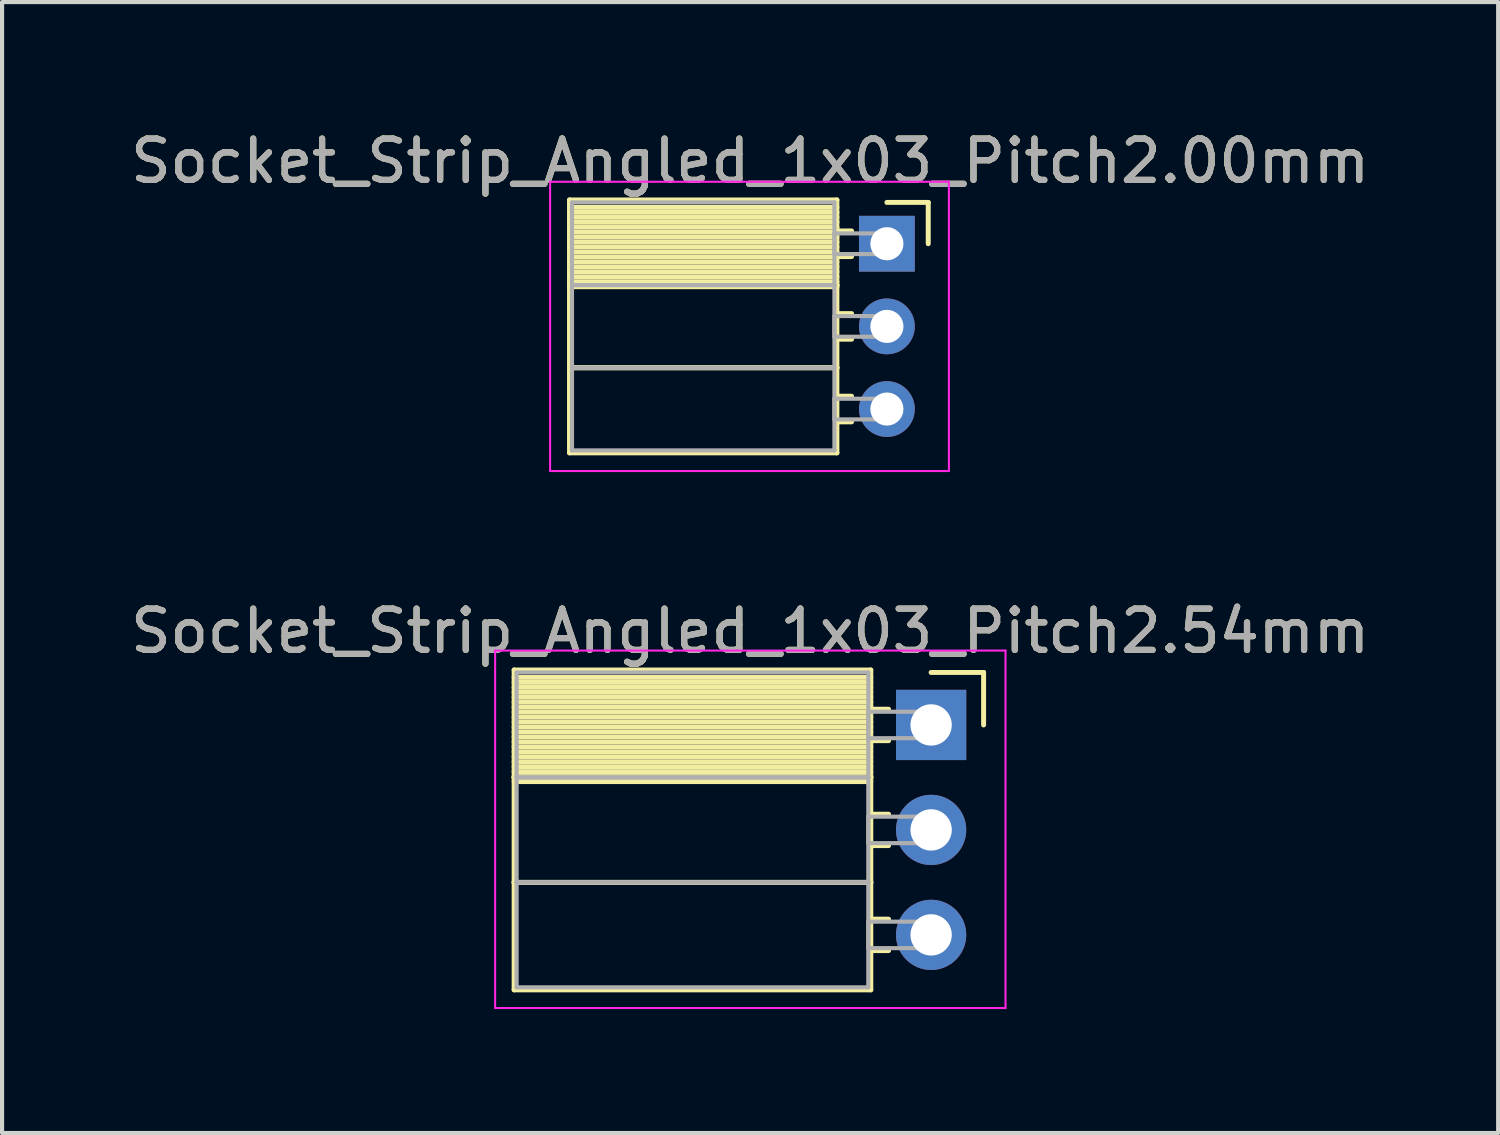
<source format=kicad_pcb>
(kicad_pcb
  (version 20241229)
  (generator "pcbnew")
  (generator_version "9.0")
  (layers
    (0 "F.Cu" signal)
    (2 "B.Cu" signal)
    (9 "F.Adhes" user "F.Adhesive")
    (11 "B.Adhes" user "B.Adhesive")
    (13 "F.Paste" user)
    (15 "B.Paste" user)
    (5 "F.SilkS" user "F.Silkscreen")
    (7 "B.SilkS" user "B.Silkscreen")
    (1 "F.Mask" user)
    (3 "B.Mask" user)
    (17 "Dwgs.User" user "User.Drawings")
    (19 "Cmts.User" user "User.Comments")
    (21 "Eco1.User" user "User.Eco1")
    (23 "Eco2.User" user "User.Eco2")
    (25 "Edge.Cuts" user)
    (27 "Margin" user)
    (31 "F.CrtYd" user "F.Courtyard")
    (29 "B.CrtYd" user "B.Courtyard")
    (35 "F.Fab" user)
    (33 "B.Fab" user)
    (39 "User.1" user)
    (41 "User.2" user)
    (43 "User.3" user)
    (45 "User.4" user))
  (footprint "Socket_Strip_Angled_1x03_Pitch2.00mm"
    (layer "F.Cu")
    (at 18.411 2.848)
    (property "Reference" "Socket_Strip_Angled_1x03_Pitch2.00mm" (at -3.31 -2 0) (layer "F.SilkS") (effects (font (size 1 1) (thickness 0.15))))
    (attr through_hole)
    (fp_line (start -7.68 -1.06) (end -1.21 -1.06) (stroke (width 0.12) (type solid)) (layer "F.SilkS"))
    (fp_line (start -7.68 1) (end -7.68 -1.06) (stroke (width 0.12) (type solid)) (layer "F.SilkS"))
    (fp_line (start -7.68 1) (end -1.21 1) (stroke (width 0.12) (type solid)) (layer "F.SilkS"))
    (fp_line (start -7.68 3) (end -7.68 1) (stroke (width 0.12) (type solid)) (layer "F.SilkS"))
    (fp_line (start -7.68 3) (end -1.21 3) (stroke (width 0.12) (type solid)) (layer "F.SilkS"))
    (fp_line (start -7.68 5.06) (end -7.68 3) (stroke (width 0.12) (type solid)) (layer "F.SilkS"))
    (fp_line (start -1.21 -1.06) (end -1.21 1) (stroke (width 0.12) (type solid)) (layer "F.SilkS"))
    (fp_line (start -1.21 -0.88) (end -7.68 -0.88) (stroke (width 0.12) (type solid)) (layer "F.SilkS"))
    (fp_line (start -1.21 -0.76) (end -7.68 -0.76) (stroke (width 0.12) (type solid)) (layer "F.SilkS"))
    (fp_line (start -1.21 -0.64) (end -7.68 -0.64) (stroke (width 0.12) (type solid)) (layer "F.SilkS"))
    (fp_line (start -1.21 -0.52) (end -7.68 -0.52) (stroke (width 0.12) (type solid)) (layer "F.SilkS"))
    (fp_line (start -1.21 -0.4) (end -7.68 -0.4) (stroke (width 0.12) (type solid)) (layer "F.SilkS"))
    (fp_line (start -1.21 -0.28) (end -7.68 -0.28) (stroke (width 0.12) (type solid)) (layer "F.SilkS"))
    (fp_line (start -1.21 -0.16) (end -7.68 -0.16) (stroke (width 0.12) (type solid)) (layer "F.SilkS"))
    (fp_line (start -1.21 -0.04) (end -7.68 -0.04) (stroke (width 0.12) (type solid)) (layer "F.SilkS"))
    (fp_line (start -1.21 0.08) (end -7.68 0.08) (stroke (width 0.12) (type solid)) (layer "F.SilkS"))
    (fp_line (start -1.21 0.2) (end -7.68 0.2) (stroke (width 0.12) (type solid)) (layer "F.SilkS"))
    (fp_line (start -1.21 0.32) (end -7.68 0.32) (stroke (width 0.12) (type solid)) (layer "F.SilkS"))
    (fp_line (start -1.21 0.44) (end -7.68 0.44) (stroke (width 0.12) (type solid)) (layer "F.SilkS"))
    (fp_line (start -1.21 0.56) (end -7.68 0.56) (stroke (width 0.12) (type solid)) (layer "F.SilkS"))
    (fp_line (start -1.21 0.68) (end -7.68 0.68) (stroke (width 0.12) (type solid)) (layer "F.SilkS"))
    (fp_line (start -1.21 0.8) (end -7.68 0.8) (stroke (width 0.12) (type solid)) (layer "F.SilkS"))
    (fp_line (start -1.21 0.92) (end -7.68 0.92) (stroke (width 0.12) (type solid)) (layer "F.SilkS"))
    (fp_line (start -1.21 1) (end -7.68 1) (stroke (width 0.12) (type solid)) (layer "F.SilkS"))
    (fp_line (start -1.21 1) (end -1.21 3) (stroke (width 0.12) (type solid)) (layer "F.SilkS"))
    (fp_line (start -1.21 1.04) (end -7.68 1.04) (stroke (width 0.12) (type solid)) (layer "F.SilkS"))
    (fp_line (start -1.21 3) (end -7.68 3) (stroke (width 0.12) (type solid)) (layer "F.SilkS"))
    (fp_line (start -1.21 3) (end -1.21 5.06) (stroke (width 0.12) (type solid)) (layer "F.SilkS"))
    (fp_line (start -1.21 5.06) (end -7.68 5.06) (stroke (width 0.12) (type solid)) (layer "F.SilkS"))
    (fp_line (start -0.855 -0.31) (end -1.21 -0.31) (stroke (width 0.12) (type solid)) (layer "F.SilkS"))
    (fp_line (start -0.855 0.31) (end -1.21 0.31) (stroke (width 0.12) (type solid)) (layer "F.SilkS"))
    (fp_line (start -0.855 1.69) (end -1.21 1.69) (stroke (width 0.12) (type solid)) (layer "F.SilkS"))
    (fp_line (start -0.855 2.31) (end -1.21 2.31) (stroke (width 0.12) (type solid)) (layer "F.SilkS"))
    (fp_line (start -0.855 3.69) (end -1.21 3.69) (stroke (width 0.12) (type solid)) (layer "F.SilkS"))
    (fp_line (start -0.855 4.31) (end -1.21 4.31) (stroke (width 0.12) (type solid)) (layer "F.SilkS"))
    (fp_line (start 0 -1) (end 1 -1) (stroke (width 0.12) (type solid)) (layer "F.SilkS"))
    (fp_line (start 1 -1) (end 1 0) (stroke (width 0.12) (type solid)) (layer "F.SilkS"))
    (fp_line (start -8.15 -1.5) (end 1.5 -1.5) (stroke (width 0.05) (type solid)) (layer "F.CrtYd"))
    (fp_line (start -8.15 5.5) (end -8.15 -1.5) (stroke (width 0.05) (type solid)) (layer "F.CrtYd"))
    (fp_line (start 1.5 -1.5) (end 1.5 5.5) (stroke (width 0.05) (type solid)) (layer "F.CrtYd"))
    (fp_line (start 1.5 5.5) (end -8.15 5.5) (stroke (width 0.05) (type solid)) (layer "F.CrtYd"))
    (fp_line (start -7.62 -1) (end -1.27 -1) (stroke (width 0.1) (type solid)) (layer "F.Fab"))
    (fp_line (start -7.62 1) (end -7.62 -1) (stroke (width 0.1) (type solid)) (layer "F.Fab"))
    (fp_line (start -7.62 1) (end -1.27 1) (stroke (width 0.1) (type solid)) (layer "F.Fab"))
    (fp_line (start -7.62 3) (end -7.62 1) (stroke (width 0.1) (type solid)) (layer "F.Fab"))
    (fp_line (start -7.62 3) (end -1.27 3) (stroke (width 0.1) (type solid)) (layer "F.Fab"))
    (fp_line (start -7.62 5) (end -7.62 3) (stroke (width 0.1) (type solid)) (layer "F.Fab"))
    (fp_line (start -1.27 -1) (end -1.27 1) (stroke (width 0.1) (type solid)) (layer "F.Fab"))
    (fp_line (start -1.27 -0.25) (end 0 -0.25) (stroke (width 0.1) (type solid)) (layer "F.Fab"))
    (fp_line (start -1.27 0.25) (end -1.27 -0.25) (stroke (width 0.1) (type solid)) (layer "F.Fab"))
    (fp_line (start -1.27 1) (end -7.62 1) (stroke (width 0.1) (type solid)) (layer "F.Fab"))
    (fp_line (start -1.27 1) (end -1.27 3) (stroke (width 0.1) (type solid)) (layer "F.Fab"))
    (fp_line (start -1.27 1.75) (end 0 1.75) (stroke (width 0.1) (type solid)) (layer "F.Fab"))
    (fp_line (start -1.27 2.25) (end -1.27 1.75) (stroke (width 0.1) (type solid)) (layer "F.Fab"))
    (fp_line (start -1.27 3) (end -7.62 3) (stroke (width 0.1) (type solid)) (layer "F.Fab"))
    (fp_line (start -1.27 3) (end -1.27 5) (stroke (width 0.1) (type solid)) (layer "F.Fab"))
    (fp_line (start -1.27 3.75) (end 0 3.75) (stroke (width 0.1) (type solid)) (layer "F.Fab"))
    (fp_line (start -1.27 4.25) (end -1.27 3.75) (stroke (width 0.1) (type solid)) (layer "F.Fab"))
    (fp_line (start -1.27 5) (end -7.62 5) (stroke (width 0.1) (type solid)) (layer "F.Fab"))
    (fp_line (start 0 -0.25) (end 0 0.25) (stroke (width 0.1) (type solid)) (layer "F.Fab"))
    (fp_line (start 0 0.25) (end -1.27 0.25) (stroke (width 0.1) (type solid)) (layer "F.Fab"))
    (fp_line (start 0 1.75) (end 0 2.25) (stroke (width 0.1) (type solid)) (layer "F.Fab"))
    (fp_line (start 0 2.25) (end -1.27 2.25) (stroke (width 0.1) (type solid)) (layer "F.Fab"))
    (fp_line (start 0 3.75) (end 0 4.25) (stroke (width 0.1) (type solid)) (layer "F.Fab"))
    (fp_line (start 0 4.25) (end -1.27 4.25) (stroke (width 0.1) (type solid)) (layer "F.Fab"))
    (fp_text user "${REFERENCE}" (at -3.31 -2 0) (layer "F.Fab") (effects (font (size 1 1) (thickness 0.15))))
    (pad "1" thru_hole rect (at 0 0) (size 1.35 1.35) (drill 0.8) (layers "*.Cu" "*.Mask"))
    (pad "2" thru_hole oval (at 0 2) (size 1.35 1.35) (drill 0.8) (layers "*.Cu" "*.Mask"))
    (pad "3" thru_hole oval (at 0 4) (size 1.35 1.35) (drill 0.8) (layers "*.Cu" "*.Mask")))
  (footprint "Socket_Strip_Angled_1x03_Pitch2.54mm"
    (layer "F.Cu")
    (at 19.481 14.492)
    (property "Reference" "Socket_Strip_Angled_1x03_Pitch2.54mm" (at -4.38 -2.27 0) (layer "F.SilkS") (effects (font (size 1 1) (thickness 0.15))))
    (attr through_hole)
    (fp_line (start -10.09 -1.33) (end -1.46 -1.33) (stroke (width 0.12) (type solid)) (layer "F.SilkS"))
    (fp_line (start -10.09 1.27) (end -10.09 -1.33) (stroke (width 0.12) (type solid)) (layer "F.SilkS"))
    (fp_line (start -10.09 1.27) (end -1.46 1.27) (stroke (width 0.12) (type solid)) (layer "F.SilkS"))
    (fp_line (start -10.09 3.81) (end -10.09 1.27) (stroke (width 0.12) (type solid)) (layer "F.SilkS"))
    (fp_line (start -10.09 3.81) (end -1.46 3.81) (stroke (width 0.12) (type solid)) (layer "F.SilkS"))
    (fp_line (start -10.09 6.41) (end -10.09 3.81) (stroke (width 0.12) (type solid)) (layer "F.SilkS"))
    (fp_line (start -1.46 -1.33) (end -1.46 1.27) (stroke (width 0.12) (type solid)) (layer "F.SilkS"))
    (fp_line (start -1.46 -1.15) (end -10.09 -1.15) (stroke (width 0.12) (type solid)) (layer "F.SilkS"))
    (fp_line (start -1.46 -1.03) (end -10.09 -1.03) (stroke (width 0.12) (type solid)) (layer "F.SilkS"))
    (fp_line (start -1.46 -0.91) (end -10.09 -0.91) (stroke (width 0.12) (type solid)) (layer "F.SilkS"))
    (fp_line (start -1.46 -0.79) (end -10.09 -0.79) (stroke (width 0.12) (type solid)) (layer "F.SilkS"))
    (fp_line (start -1.46 -0.67) (end -10.09 -0.67) (stroke (width 0.12) (type solid)) (layer "F.SilkS"))
    (fp_line (start -1.46 -0.55) (end -10.09 -0.55) (stroke (width 0.12) (type solid)) (layer "F.SilkS"))
    (fp_line (start -1.46 -0.43) (end -10.09 -0.43) (stroke (width 0.12) (type solid)) (layer "F.SilkS"))
    (fp_line (start -1.46 -0.31) (end -10.09 -0.31) (stroke (width 0.12) (type solid)) (layer "F.SilkS"))
    (fp_line (start -1.46 -0.19) (end -10.09 -0.19) (stroke (width 0.12) (type solid)) (layer "F.SilkS"))
    (fp_line (start -1.46 -0.07) (end -10.09 -0.07) (stroke (width 0.12) (type solid)) (layer "F.SilkS"))
    (fp_line (start -1.46 0.05) (end -10.09 0.05) (stroke (width 0.12) (type solid)) (layer "F.SilkS"))
    (fp_line (start -1.46 0.17) (end -10.09 0.17) (stroke (width 0.12) (type solid)) (layer "F.SilkS"))
    (fp_line (start -1.46 0.29) (end -10.09 0.29) (stroke (width 0.12) (type solid)) (layer "F.SilkS"))
    (fp_line (start -1.46 0.41) (end -10.09 0.41) (stroke (width 0.12) (type solid)) (layer "F.SilkS"))
    (fp_line (start -1.46 0.53) (end -10.09 0.53) (stroke (width 0.12) (type solid)) (layer "F.SilkS"))
    (fp_line (start -1.46 0.65) (end -10.09 0.65) (stroke (width 0.12) (type solid)) (layer "F.SilkS"))
    (fp_line (start -1.46 0.77) (end -10.09 0.77) (stroke (width 0.12) (type solid)) (layer "F.SilkS"))
    (fp_line (start -1.46 0.89) (end -10.09 0.89) (stroke (width 0.12) (type solid)) (layer "F.SilkS"))
    (fp_line (start -1.46 1.01) (end -10.09 1.01) (stroke (width 0.12) (type solid)) (layer "F.SilkS"))
    (fp_line (start -1.46 1.13) (end -10.09 1.13) (stroke (width 0.12) (type solid)) (layer "F.SilkS"))
    (fp_line (start -1.46 1.25) (end -10.09 1.25) (stroke (width 0.12) (type solid)) (layer "F.SilkS"))
    (fp_line (start -1.46 1.27) (end -10.09 1.27) (stroke (width 0.12) (type solid)) (layer "F.SilkS"))
    (fp_line (start -1.46 1.27) (end -1.46 3.81) (stroke (width 0.12) (type solid)) (layer "F.SilkS"))
    (fp_line (start -1.46 1.37) (end -10.09 1.37) (stroke (width 0.12) (type solid)) (layer "F.SilkS"))
    (fp_line (start -1.46 3.81) (end -10.09 3.81) (stroke (width 0.12) (type solid)) (layer "F.SilkS"))
    (fp_line (start -1.46 3.81) (end -1.46 6.41) (stroke (width 0.12) (type solid)) (layer "F.SilkS"))
    (fp_line (start -1.46 6.41) (end -10.09 6.41) (stroke (width 0.12) (type solid)) (layer "F.SilkS"))
    (fp_line (start -1.03 -0.38) (end -1.46 -0.38) (stroke (width 0.12) (type solid)) (layer "F.SilkS"))
    (fp_line (start -1.03 0.38) (end -1.46 0.38) (stroke (width 0.12) (type solid)) (layer "F.SilkS"))
    (fp_line (start -1.03 2.16) (end -1.46 2.16) (stroke (width 0.12) (type solid)) (layer "F.SilkS"))
    (fp_line (start -1.03 2.92) (end -1.46 2.92) (stroke (width 0.12) (type solid)) (layer "F.SilkS"))
    (fp_line (start -1.03 4.7) (end -1.46 4.7) (stroke (width 0.12) (type solid)) (layer "F.SilkS"))
    (fp_line (start -1.03 5.46) (end -1.46 5.46) (stroke (width 0.12) (type solid)) (layer "F.SilkS"))
    (fp_line (start 0 -1.27) (end 1.27 -1.27) (stroke (width 0.12) (type solid)) (layer "F.SilkS"))
    (fp_line (start 1.27 -1.27) (end 1.27 0) (stroke (width 0.12) (type solid)) (layer "F.SilkS"))
    (fp_line (start -10.55 -1.8) (end 1.8 -1.8) (stroke (width 0.05) (type solid)) (layer "F.CrtYd"))
    (fp_line (start -10.55 6.85) (end -10.55 -1.8) (stroke (width 0.05) (type solid)) (layer "F.CrtYd"))
    (fp_line (start 1.8 -1.8) (end 1.8 6.85) (stroke (width 0.05) (type solid)) (layer "F.CrtYd"))
    (fp_line (start 1.8 6.85) (end -10.55 6.85) (stroke (width 0.05) (type solid)) (layer "F.CrtYd"))
    (fp_line (start -10.03 -1.27) (end -1.52 -1.27) (stroke (width 0.1) (type solid)) (layer "F.Fab"))
    (fp_line (start -10.03 1.27) (end -10.03 -1.27) (stroke (width 0.1) (type solid)) (layer "F.Fab"))
    (fp_line (start -10.03 1.27) (end -1.52 1.27) (stroke (width 0.1) (type solid)) (layer "F.Fab"))
    (fp_line (start -10.03 3.81) (end -10.03 1.27) (stroke (width 0.1) (type solid)) (layer "F.Fab"))
    (fp_line (start -10.03 3.81) (end -1.52 3.81) (stroke (width 0.1) (type solid)) (layer "F.Fab"))
    (fp_line (start -10.03 6.35) (end -10.03 3.81) (stroke (width 0.1) (type solid)) (layer "F.Fab"))
    (fp_line (start -1.52 -1.27) (end -1.52 1.27) (stroke (width 0.1) (type solid)) (layer "F.Fab"))
    (fp_line (start -1.52 -0.32) (end 0 -0.32) (stroke (width 0.1) (type solid)) (layer "F.Fab"))
    (fp_line (start -1.52 0.32) (end -1.52 -0.32) (stroke (width 0.1) (type solid)) (layer "F.Fab"))
    (fp_line (start -1.52 1.27) (end -10.03 1.27) (stroke (width 0.1) (type solid)) (layer "F.Fab"))
    (fp_line (start -1.52 1.27) (end -1.52 3.81) (stroke (width 0.1) (type solid)) (layer "F.Fab"))
    (fp_line (start -1.52 2.22) (end 0 2.22) (stroke (width 0.1) (type solid)) (layer "F.Fab"))
    (fp_line (start -1.52 2.86) (end -1.52 2.22) (stroke (width 0.1) (type solid)) (layer "F.Fab"))
    (fp_line (start -1.52 3.81) (end -10.03 3.81) (stroke (width 0.1) (type solid)) (layer "F.Fab"))
    (fp_line (start -1.52 3.81) (end -1.52 6.35) (stroke (width 0.1) (type solid)) (layer "F.Fab"))
    (fp_line (start -1.52 4.76) (end 0 4.76) (stroke (width 0.1) (type solid)) (layer "F.Fab"))
    (fp_line (start -1.52 5.4) (end -1.52 4.76) (stroke (width 0.1) (type solid)) (layer "F.Fab"))
    (fp_line (start -1.52 6.35) (end -10.03 6.35) (stroke (width 0.1) (type solid)) (layer "F.Fab"))
    (fp_line (start 0 -0.32) (end 0 0.32) (stroke (width 0.1) (type solid)) (layer "F.Fab"))
    (fp_line (start 0 0.32) (end -1.52 0.32) (stroke (width 0.1) (type solid)) (layer "F.Fab"))
    (fp_line (start 0 2.22) (end 0 2.86) (stroke (width 0.1) (type solid)) (layer "F.Fab"))
    (fp_line (start 0 2.86) (end -1.52 2.86) (stroke (width 0.1) (type solid)) (layer "F.Fab"))
    (fp_line (start 0 4.76) (end 0 5.4) (stroke (width 0.1) (type solid)) (layer "F.Fab"))
    (fp_line (start 0 5.4) (end -1.52 5.4) (stroke (width 0.1) (type solid)) (layer "F.Fab"))
    (fp_text user "${REFERENCE}" (at -4.38 -2.27 0) (layer "F.Fab") (effects (font (size 1 1) (thickness 0.15))))
    (pad "1" thru_hole rect (at 0 0) (size 1.7 1.7) (drill 1) (layers "*.Cu" "*.Mask"))
    (pad "2" thru_hole oval (at 0 2.54) (size 1.7 1.7) (drill 1) (layers "*.Cu" "*.Mask"))
    (pad "3" thru_hole oval (at 0 5.08) (size 1.7 1.7) (drill 1) (layers "*.Cu" "*.Mask")))
  (gr_rect
    (start -3 -3)
    (end 33.202 24.366)
    (stroke (width 0.1) (type default))
    (fill no)
    (layer "Edge.Cuts")))
</source>
